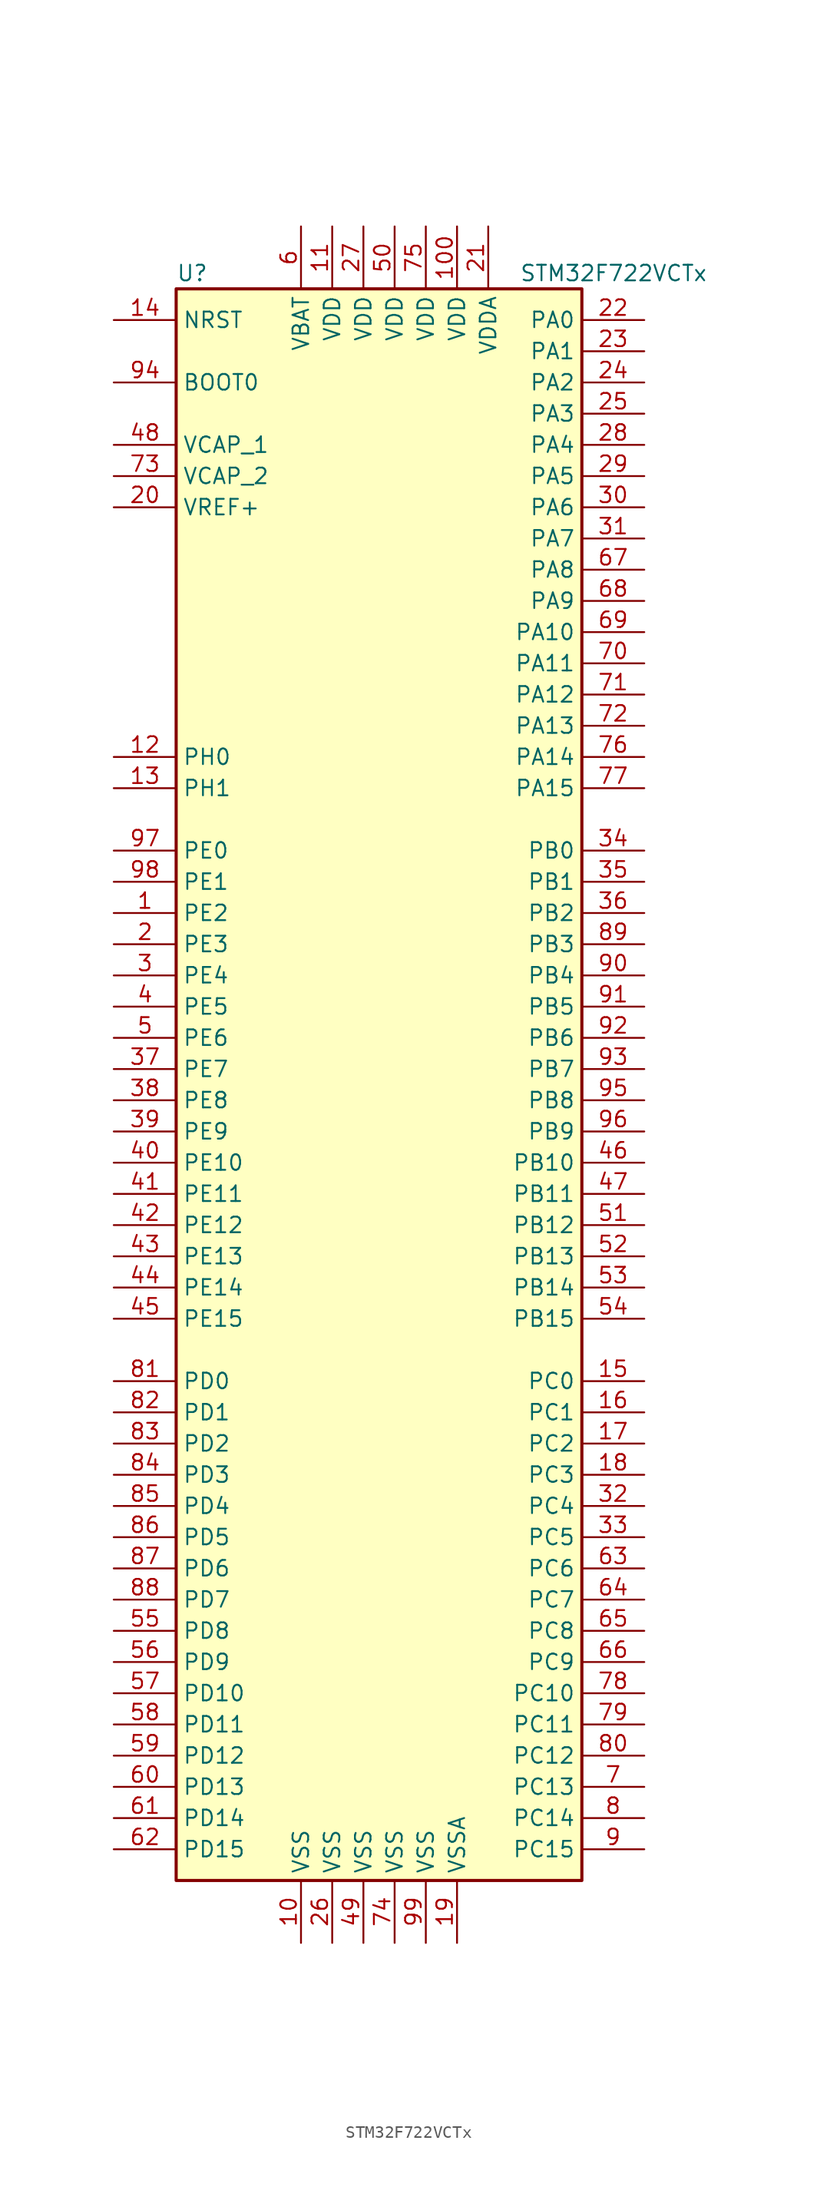
<source format=kicad_sym>
(kicad_symbol_lib
  (version 20201005)
  (generator kicad_symbol_editor)
  (symbol "STM32F722VCTx"
    (property "Reference" "U"
      (at -17.78 64.77 0)
      (effects (font (size 1.27 1.27)) (justify left)))
    (property "Value" "STM32F722VCTx"
      (at 10.16 64.77 0)
      (effects (font (size 1.27 1.27)) (justify left)))
    (symbol "STM32F722VCTx_0_1"
      (rectangle (start -17.78 -66.04) (end 15.24 63.5) (stroke (width 0.254)) (fill (type background))))
    (symbol "STM32F722VCTx_1_1"
      (pin bidirectional line (at -22.86 12.7 0) (length 5.08) (name "PE2" (effects (font (size 1.27 1.27)))) (number "1" (effects (font (size 1.27 1.27)))))
      (pin power_in line (at -7.62 -71.12 90) (length 5.08) (name "VSS" (effects (font (size 1.27 1.27)))) (number "10" (effects (font (size 1.27 1.27)))))
      (pin power_in line (at 5.08 68.58 270) (length 5.08) (name "VDD" (effects (font (size 1.27 1.27)))) (number "100" (effects (font (size 1.27 1.27)))))
      (pin power_in line (at -5.08 68.58 270) (length 5.08) (name "VDD" (effects (font (size 1.27 1.27)))) (number "11" (effects (font (size 1.27 1.27)))))
      (pin input line (at -22.86 25.4 0) (length 5.08) (name "PH0" (effects (font (size 1.27 1.27)))) (number "12" (effects (font (size 1.27 1.27)))))
      (pin input line (at -22.86 22.86 0) (length 5.08) (name "PH1" (effects (font (size 1.27 1.27)))) (number "13" (effects (font (size 1.27 1.27)))))
      (pin input line (at -22.86 60.96 0) (length 5.08) (name "NRST" (effects (font (size 1.27 1.27)))) (number "14" (effects (font (size 1.27 1.27)))))
      (pin bidirectional line (at 20.32 -25.4 180) (length 5.08) (name "PC0" (effects (font (size 1.27 1.27)))) (number "15" (effects (font (size 1.27 1.27)))))
      (pin bidirectional line (at 20.32 -27.94 180) (length 5.08) (name "PC1" (effects (font (size 1.27 1.27)))) (number "16" (effects (font (size 1.27 1.27)))))
      (pin bidirectional line (at 20.32 -30.48 180) (length 5.08) (name "PC2" (effects (font (size 1.27 1.27)))) (number "17" (effects (font (size 1.27 1.27)))))
      (pin bidirectional line (at 20.32 -33.02 180) (length 5.08) (name "PC3" (effects (font (size 1.27 1.27)))) (number "18" (effects (font (size 1.27 1.27)))))
      (pin power_in line (at 5.08 -71.12 90) (length 5.08) (name "VSSA" (effects (font (size 1.27 1.27)))) (number "19" (effects (font (size 1.27 1.27)))))
      (pin bidirectional line (at -22.86 10.16 0) (length 5.08) (name "PE3" (effects (font (size 1.27 1.27)))) (number "2" (effects (font (size 1.27 1.27)))))
      (pin power_in line (at -22.86 45.72 0) (length 5.08) (name "VREF+" (effects (font (size 1.27 1.27)))) (number "20" (effects (font (size 1.27 1.27)))))
      (pin power_in line (at 7.62 68.58 270) (length 5.08) (name "VDDA" (effects (font (size 1.27 1.27)))) (number "21" (effects (font (size 1.27 1.27)))))
      (pin bidirectional line (at 20.32 60.96 180) (length 5.08) (name "PA0" (effects (font (size 1.27 1.27)))) (number "22" (effects (font (size 1.27 1.27)))))
      (pin bidirectional line (at 20.32 58.42 180) (length 5.08) (name "PA1" (effects (font (size 1.27 1.27)))) (number "23" (effects (font (size 1.27 1.27)))))
      (pin bidirectional line (at 20.32 55.88 180) (length 5.08) (name "PA2" (effects (font (size 1.27 1.27)))) (number "24" (effects (font (size 1.27 1.27)))))
      (pin bidirectional line (at 20.32 53.34 180) (length 5.08) (name "PA3" (effects (font (size 1.27 1.27)))) (number "25" (effects (font (size 1.27 1.27)))))
      (pin power_in line (at -5.08 -71.12 90) (length 5.08) (name "VSS" (effects (font (size 1.27 1.27)))) (number "26" (effects (font (size 1.27 1.27)))))
      (pin power_in line (at -2.54 68.58 270) (length 5.08) (name "VDD" (effects (font (size 1.27 1.27)))) (number "27" (effects (font (size 1.27 1.27)))))
      (pin bidirectional line (at 20.32 50.8 180) (length 5.08) (name "PA4" (effects (font (size 1.27 1.27)))) (number "28" (effects (font (size 1.27 1.27)))))
      (pin bidirectional line (at 20.32 48.26 180) (length 5.08) (name "PA5" (effects (font (size 1.27 1.27)))) (number "29" (effects (font (size 1.27 1.27)))))
      (pin bidirectional line (at -22.86 7.62 0) (length 5.08) (name "PE4" (effects (font (size 1.27 1.27)))) (number "3" (effects (font (size 1.27 1.27)))))
      (pin bidirectional line (at 20.32 45.72 180) (length 5.08) (name "PA6" (effects (font (size 1.27 1.27)))) (number "30" (effects (font (size 1.27 1.27)))))
      (pin bidirectional line (at 20.32 43.18 180) (length 5.08) (name "PA7" (effects (font (size 1.27 1.27)))) (number "31" (effects (font (size 1.27 1.27)))))
      (pin bidirectional line (at 20.32 -35.56 180) (length 5.08) (name "PC4" (effects (font (size 1.27 1.27)))) (number "32" (effects (font (size 1.27 1.27)))))
      (pin bidirectional line (at 20.32 -38.1 180) (length 5.08) (name "PC5" (effects (font (size 1.27 1.27)))) (number "33" (effects (font (size 1.27 1.27)))))
      (pin bidirectional line (at 20.32 17.78 180) (length 5.08) (name "PB0" (effects (font (size 1.27 1.27)))) (number "34" (effects (font (size 1.27 1.27)))))
      (pin bidirectional line (at 20.32 15.24 180) (length 5.08) (name "PB1" (effects (font (size 1.27 1.27)))) (number "35" (effects (font (size 1.27 1.27)))))
      (pin bidirectional line (at 20.32 12.7 180) (length 5.08) (name "PB2" (effects (font (size 1.27 1.27)))) (number "36" (effects (font (size 1.27 1.27)))))
      (pin bidirectional line (at -22.86 0 0) (length 5.08) (name "PE7" (effects (font (size 1.27 1.27)))) (number "37" (effects (font (size 1.27 1.27)))))
      (pin bidirectional line (at -22.86 -2.54 0) (length 5.08) (name "PE8" (effects (font (size 1.27 1.27)))) (number "38" (effects (font (size 1.27 1.27)))))
      (pin bidirectional line (at -22.86 -5.08 0) (length 5.08) (name "PE9" (effects (font (size 1.27 1.27)))) (number "39" (effects (font (size 1.27 1.27)))))
      (pin bidirectional line (at -22.86 5.08 0) (length 5.08) (name "PE5" (effects (font (size 1.27 1.27)))) (number "4" (effects (font (size 1.27 1.27)))))
      (pin bidirectional line (at -22.86 -7.62 0) (length 5.08) (name "PE10" (effects (font (size 1.27 1.27)))) (number "40" (effects (font (size 1.27 1.27)))))
      (pin bidirectional line (at -22.86 -10.16 0) (length 5.08) (name "PE11" (effects (font (size 1.27 1.27)))) (number "41" (effects (font (size 1.27 1.27)))))
      (pin bidirectional line (at -22.86 -12.7 0) (length 5.08) (name "PE12" (effects (font (size 1.27 1.27)))) (number "42" (effects (font (size 1.27 1.27)))))
      (pin bidirectional line (at -22.86 -15.24 0) (length 5.08) (name "PE13" (effects (font (size 1.27 1.27)))) (number "43" (effects (font (size 1.27 1.27)))))
      (pin bidirectional line (at -22.86 -17.78 0) (length 5.08) (name "PE14" (effects (font (size 1.27 1.27)))) (number "44" (effects (font (size 1.27 1.27)))))
      (pin bidirectional line (at -22.86 -20.32 0) (length 5.08) (name "PE15" (effects (font (size 1.27 1.27)))) (number "45" (effects (font (size 1.27 1.27)))))
      (pin bidirectional line (at 20.32 -7.62 180) (length 5.08) (name "PB10" (effects (font (size 1.27 1.27)))) (number "46" (effects (font (size 1.27 1.27)))))
      (pin bidirectional line (at 20.32 -10.16 180) (length 5.08) (name "PB11" (effects (font (size 1.27 1.27)))) (number "47" (effects (font (size 1.27 1.27)))))
      (pin power_in line (at -22.86 50.8 0) (length 5.08) (name "VCAP_1" (effects (font (size 1.27 1.27)))) (number "48" (effects (font (size 1.27 1.27)))))
      (pin power_in line (at -2.54 -71.12 90) (length 5.08) (name "VSS" (effects (font (size 1.27 1.27)))) (number "49" (effects (font (size 1.27 1.27)))))
      (pin bidirectional line (at -22.86 2.54 0) (length 5.08) (name "PE6" (effects (font (size 1.27 1.27)))) (number "5" (effects (font (size 1.27 1.27)))))
      (pin power_in line (at 0 68.58 270) (length 5.08) (name "VDD" (effects (font (size 1.27 1.27)))) (number "50" (effects (font (size 1.27 1.27)))))
      (pin bidirectional line (at 20.32 -12.7 180) (length 5.08) (name "PB12" (effects (font (size 1.27 1.27)))) (number "51" (effects (font (size 1.27 1.27)))))
      (pin bidirectional line (at 20.32 -15.24 180) (length 5.08) (name "PB13" (effects (font (size 1.27 1.27)))) (number "52" (effects (font (size 1.27 1.27)))))
      (pin bidirectional line (at 20.32 -17.78 180) (length 5.08) (name "PB14" (effects (font (size 1.27 1.27)))) (number "53" (effects (font (size 1.27 1.27)))))
      (pin bidirectional line (at 20.32 -20.32 180) (length 5.08) (name "PB15" (effects (font (size 1.27 1.27)))) (number "54" (effects (font (size 1.27 1.27)))))
      (pin bidirectional line (at -22.86 -45.72 0) (length 5.08) (name "PD8" (effects (font (size 1.27 1.27)))) (number "55" (effects (font (size 1.27 1.27)))))
      (pin bidirectional line (at -22.86 -48.26 0) (length 5.08) (name "PD9" (effects (font (size 1.27 1.27)))) (number "56" (effects (font (size 1.27 1.27)))))
      (pin bidirectional line (at -22.86 -50.8 0) (length 5.08) (name "PD10" (effects (font (size 1.27 1.27)))) (number "57" (effects (font (size 1.27 1.27)))))
      (pin bidirectional line (at -22.86 -53.34 0) (length 5.08) (name "PD11" (effects (font (size 1.27 1.27)))) (number "58" (effects (font (size 1.27 1.27)))))
      (pin bidirectional line (at -22.86 -55.88 0) (length 5.08) (name "PD12" (effects (font (size 1.27 1.27)))) (number "59" (effects (font (size 1.27 1.27)))))
      (pin power_in line (at -7.62 68.58 270) (length 5.08) (name "VBAT" (effects (font (size 1.27 1.27)))) (number "6" (effects (font (size 1.27 1.27)))))
      (pin bidirectional line (at -22.86 -58.42 0) (length 5.08) (name "PD13" (effects (font (size 1.27 1.27)))) (number "60" (effects (font (size 1.27 1.27)))))
      (pin bidirectional line (at -22.86 -60.96 0) (length 5.08) (name "PD14" (effects (font (size 1.27 1.27)))) (number "61" (effects (font (size 1.27 1.27)))))
      (pin bidirectional line (at -22.86 -63.5 0) (length 5.08) (name "PD15" (effects (font (size 1.27 1.27)))) (number "62" (effects (font (size 1.27 1.27)))))
      (pin bidirectional line (at 20.32 -40.64 180) (length 5.08) (name "PC6" (effects (font (size 1.27 1.27)))) (number "63" (effects (font (size 1.27 1.27)))))
      (pin bidirectional line (at 20.32 -43.18 180) (length 5.08) (name "PC7" (effects (font (size 1.27 1.27)))) (number "64" (effects (font (size 1.27 1.27)))))
      (pin bidirectional line (at 20.32 -45.72 180) (length 5.08) (name "PC8" (effects (font (size 1.27 1.27)))) (number "65" (effects (font (size 1.27 1.27)))))
      (pin bidirectional line (at 20.32 -48.26 180) (length 5.08) (name "PC9" (effects (font (size 1.27 1.27)))) (number "66" (effects (font (size 1.27 1.27)))))
      (pin bidirectional line (at 20.32 40.64 180) (length 5.08) (name "PA8" (effects (font (size 1.27 1.27)))) (number "67" (effects (font (size 1.27 1.27)))))
      (pin bidirectional line (at 20.32 38.1 180) (length 5.08) (name "PA9" (effects (font (size 1.27 1.27)))) (number "68" (effects (font (size 1.27 1.27)))))
      (pin bidirectional line (at 20.32 35.56 180) (length 5.08) (name "PA10" (effects (font (size 1.27 1.27)))) (number "69" (effects (font (size 1.27 1.27)))))
      (pin bidirectional line (at 20.32 -58.42 180) (length 5.08) (name "PC13" (effects (font (size 1.27 1.27)))) (number "7" (effects (font (size 1.27 1.27)))))
      (pin bidirectional line (at 20.32 33.02 180) (length 5.08) (name "PA11" (effects (font (size 1.27 1.27)))) (number "70" (effects (font (size 1.27 1.27)))))
      (pin bidirectional line (at 20.32 30.48 180) (length 5.08) (name "PA12" (effects (font (size 1.27 1.27)))) (number "71" (effects (font (size 1.27 1.27)))))
      (pin bidirectional line (at 20.32 27.94 180) (length 5.08) (name "PA13" (effects (font (size 1.27 1.27)))) (number "72" (effects (font (size 1.27 1.27)))))
      (pin power_in line (at -22.86 48.26 0) (length 5.08) (name "VCAP_2" (effects (font (size 1.27 1.27)))) (number "73" (effects (font (size 1.27 1.27)))))
      (pin power_in line (at 0 -71.12 90) (length 5.08) (name "VSS" (effects (font (size 1.27 1.27)))) (number "74" (effects (font (size 1.27 1.27)))))
      (pin power_in line (at 2.54 68.58 270) (length 5.08) (name "VDD" (effects (font (size 1.27 1.27)))) (number "75" (effects (font (size 1.27 1.27)))))
      (pin bidirectional line (at 20.32 25.4 180) (length 5.08) (name "PA14" (effects (font (size 1.27 1.27)))) (number "76" (effects (font (size 1.27 1.27)))))
      (pin bidirectional line (at 20.32 22.86 180) (length 5.08) (name "PA15" (effects (font (size 1.27 1.27)))) (number "77" (effects (font (size 1.27 1.27)))))
      (pin bidirectional line (at 20.32 -50.8 180) (length 5.08) (name "PC10" (effects (font (size 1.27 1.27)))) (number "78" (effects (font (size 1.27 1.27)))))
      (pin bidirectional line (at 20.32 -53.34 180) (length 5.08) (name "PC11" (effects (font (size 1.27 1.27)))) (number "79" (effects (font (size 1.27 1.27)))))
      (pin bidirectional line (at 20.32 -60.96 180) (length 5.08) (name "PC14" (effects (font (size 1.27 1.27)))) (number "8" (effects (font (size 1.27 1.27)))))
      (pin bidirectional line (at 20.32 -55.88 180) (length 5.08) (name "PC12" (effects (font (size 1.27 1.27)))) (number "80" (effects (font (size 1.27 1.27)))))
      (pin bidirectional line (at -22.86 -25.4 0) (length 5.08) (name "PD0" (effects (font (size 1.27 1.27)))) (number "81" (effects (font (size 1.27 1.27)))))
      (pin bidirectional line (at -22.86 -27.94 0) (length 5.08) (name "PD1" (effects (font (size 1.27 1.27)))) (number "82" (effects (font (size 1.27 1.27)))))
      (pin bidirectional line (at -22.86 -30.48 0) (length 5.08) (name "PD2" (effects (font (size 1.27 1.27)))) (number "83" (effects (font (size 1.27 1.27)))))
      (pin bidirectional line (at -22.86 -33.02 0) (length 5.08) (name "PD3" (effects (font (size 1.27 1.27)))) (number "84" (effects (font (size 1.27 1.27)))))
      (pin bidirectional line (at -22.86 -35.56 0) (length 5.08) (name "PD4" (effects (font (size 1.27 1.27)))) (number "85" (effects (font (size 1.27 1.27)))))
      (pin bidirectional line (at -22.86 -38.1 0) (length 5.08) (name "PD5" (effects (font (size 1.27 1.27)))) (number "86" (effects (font (size 1.27 1.27)))))
      (pin bidirectional line (at -22.86 -40.64 0) (length 5.08) (name "PD6" (effects (font (size 1.27 1.27)))) (number "87" (effects (font (size 1.27 1.27)))))
      (pin bidirectional line (at -22.86 -43.18 0) (length 5.08) (name "PD7" (effects (font (size 1.27 1.27)))) (number "88" (effects (font (size 1.27 1.27)))))
      (pin bidirectional line (at 20.32 10.16 180) (length 5.08) (name "PB3" (effects (font (size 1.27 1.27)))) (number "89" (effects (font (size 1.27 1.27)))))
      (pin bidirectional line (at 20.32 -63.5 180) (length 5.08) (name "PC15" (effects (font (size 1.27 1.27)))) (number "9" (effects (font (size 1.27 1.27)))))
      (pin bidirectional line (at 20.32 7.62 180) (length 5.08) (name "PB4" (effects (font (size 1.27 1.27)))) (number "90" (effects (font (size 1.27 1.27)))))
      (pin bidirectional line (at 20.32 5.08 180) (length 5.08) (name "PB5" (effects (font (size 1.27 1.27)))) (number "91" (effects (font (size 1.27 1.27)))))
      (pin bidirectional line (at 20.32 2.54 180) (length 5.08) (name "PB6" (effects (font (size 1.27 1.27)))) (number "92" (effects (font (size 1.27 1.27)))))
      (pin bidirectional line (at 20.32 0 180) (length 5.08) (name "PB7" (effects (font (size 1.27 1.27)))) (number "93" (effects (font (size 1.27 1.27)))))
      (pin input line (at -22.86 55.88 0) (length 5.08) (name "BOOT0" (effects (font (size 1.27 1.27)))) (number "94" (effects (font (size 1.27 1.27)))))
      (pin bidirectional line (at 20.32 -2.54 180) (length 5.08) (name "PB8" (effects (font (size 1.27 1.27)))) (number "95" (effects (font (size 1.27 1.27)))))
      (pin bidirectional line (at 20.32 -5.08 180) (length 5.08) (name "PB9" (effects (font (size 1.27 1.27)))) (number "96" (effects (font (size 1.27 1.27)))))
      (pin bidirectional line (at -22.86 17.78 0) (length 5.08) (name "PE0" (effects (font (size 1.27 1.27)))) (number "97" (effects (font (size 1.27 1.27)))))
      (pin bidirectional line (at -22.86 15.24 0) (length 5.08) (name "PE1" (effects (font (size 1.27 1.27)))) (number "98" (effects (font (size 1.27 1.27)))))
      (pin power_in line (at 2.54 -71.12 90) (length 5.08) (name "VSS" (effects (font (size 1.27 1.27)))) (number "99" (effects (font (size 1.27 1.27))))))))
</source>
